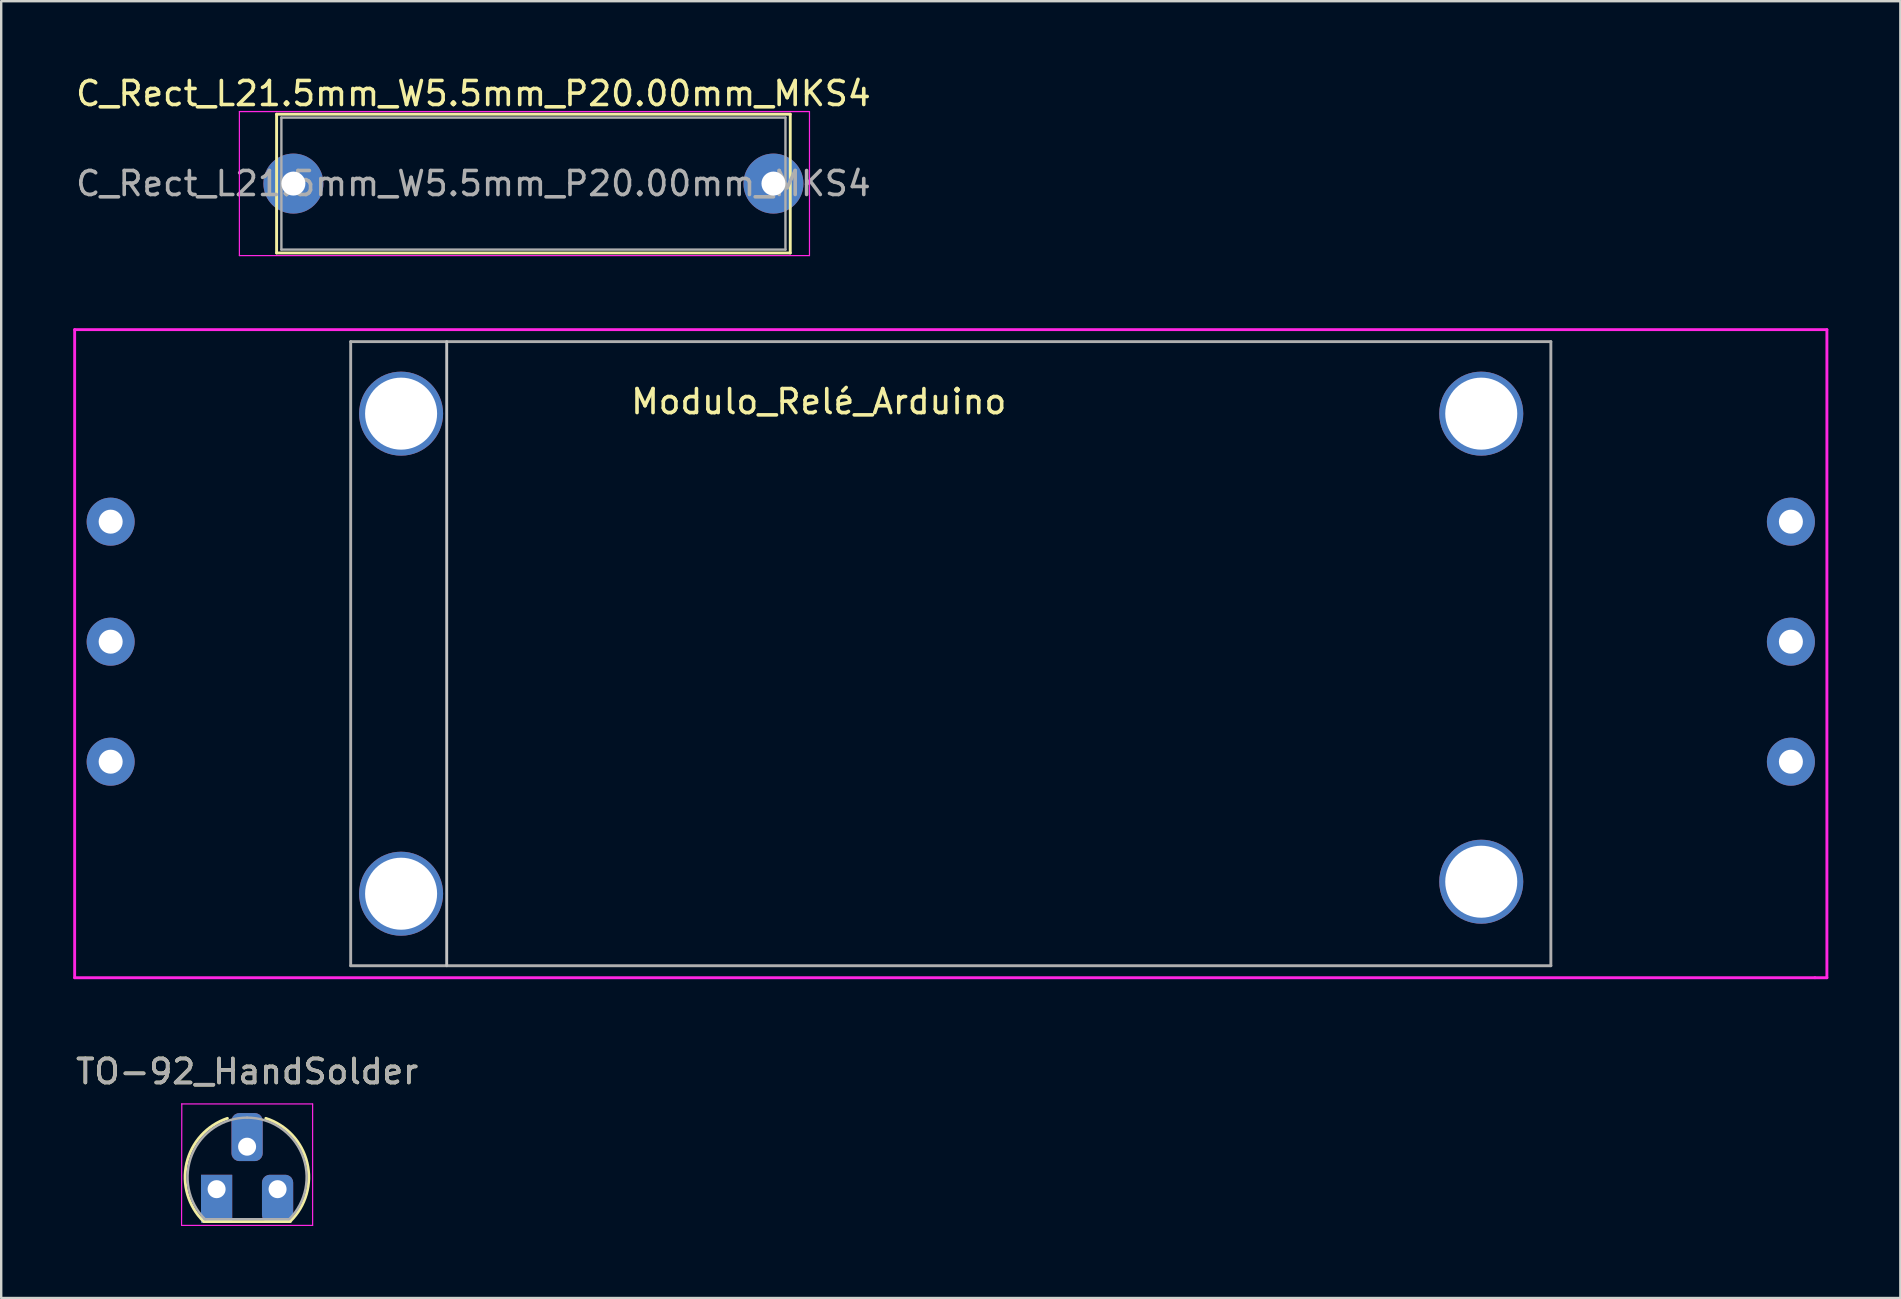
<source format=kicad_pcb>
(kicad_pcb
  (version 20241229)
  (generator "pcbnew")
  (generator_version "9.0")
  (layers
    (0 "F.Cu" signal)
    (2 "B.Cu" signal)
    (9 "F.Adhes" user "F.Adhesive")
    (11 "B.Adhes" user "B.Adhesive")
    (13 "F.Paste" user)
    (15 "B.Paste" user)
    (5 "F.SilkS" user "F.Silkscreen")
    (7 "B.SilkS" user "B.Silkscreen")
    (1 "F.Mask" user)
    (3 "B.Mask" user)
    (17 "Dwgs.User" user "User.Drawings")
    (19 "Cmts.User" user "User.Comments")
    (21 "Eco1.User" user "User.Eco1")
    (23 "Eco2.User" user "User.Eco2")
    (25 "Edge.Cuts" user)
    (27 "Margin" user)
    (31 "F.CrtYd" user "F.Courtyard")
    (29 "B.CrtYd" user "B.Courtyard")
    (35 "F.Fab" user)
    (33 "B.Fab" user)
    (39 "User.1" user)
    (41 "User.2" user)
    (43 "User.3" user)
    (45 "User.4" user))
  (footprint "Modulo_Relé_Arduino"
    (layer "F.Cu")
    (at 58.66 14.183)
    (property "Reference" "Modulo_Relé_Arduino" (at -27.6 -0.5 0) (layer "F.SilkS") (effects (font (size 1 1) (thickness 0.15))))
    (attr through_hole)
    (fp_line (start -43.1 -3) (end -43.1 23) (stroke (width 0.12) (type solid)) (layer "Dwgs.User"))
    (fp_line (start -58.6 -3.5) (end -58.6 23.5) (stroke (width 0.12) (type solid)) (layer "F.CrtYd"))
    (fp_line (start -58.6 23.5) (end 13.9 23.5) (stroke (width 0.12) (type solid)) (layer "F.CrtYd"))
    (fp_line (start 13.9 23.5) (end 14.4 23.5) (stroke (width 0.12) (type solid)) (layer "F.CrtYd"))
    (fp_line (start 14.4 -3.5) (end -58.6 -3.5) (stroke (width 0.12) (type solid)) (layer "F.CrtYd"))
    (fp_line (start 14.4 23.5) (end 14.4 -3.5) (stroke (width 0.12) (type solid)) (layer "F.CrtYd"))
    (fp_line (start -47.1 -3) (end -47.1 23) (stroke (width 0.12) (type solid)) (layer "F.Fab"))
    (fp_line (start -47.1 23) (end 2.9 23) (stroke (width 0.12) (type solid)) (layer "F.Fab"))
    (fp_line (start 2.9 -3) (end -47.1 -3) (stroke (width 0.12) (type solid)) (layer "F.Fab"))
    (fp_line (start 2.9 23) (end 2.9 -3) (stroke (width 0.12) (type solid)) (layer "F.Fab"))
    (pad "" np_thru_hole circle (at -45 0) (size 3.5 3.5) (drill 3) (layers "*.Cu" "*.Mask"))
    (pad "" np_thru_hole circle (at -45 20) (size 3.5 3.5) (drill 3) (layers "*.Cu" "*.Mask"))
    (pad "" np_thru_hole circle (at 0 0) (size 3.5 3.5) (drill 3) (layers "*.Cu" "*.Mask"))
    (pad "" np_thru_hole circle (at 0 19.5) (size 3.5 3.5) (drill 3) (layers "*.Cu" "*.Mask"))
    (pad "1" thru_hole circle (at 12.9 4.5) (size 2 2) (drill 1) (layers "*.Cu" "*.Mask"))
    (pad "2" thru_hole circle (at 12.9 9.5) (size 2 2) (drill 1) (layers "*.Cu" "*.Mask"))
    (pad "3" thru_hole circle (at 12.9 14.5) (size 2 2) (drill 1) (layers "*.Cu" "*.Mask"))
    (pad "4" thru_hole circle (at -57.1 14.5) (size 2 2) (drill 1) (layers "*.Cu" "*.Mask"))
    (pad "5" thru_hole circle (at -57.1 9.5) (size 2 2) (drill 1) (layers "*.Cu" "*.Mask"))
    (pad "6" thru_hole circle (at -57.1 4.5) (size 2 2) (drill 1) (layers "*.Cu" "*.Mask")))
  (footprint "TO-92_HandSolder"
    (layer "F.Cu")
    (at 5.974 45.992)
    (property "Reference" "TO-92_HandSolder" (at 1.27 -4.4 0) (layer "F.SilkS") (effects (font (size 1 1) (thickness 0.15))))
    (attr through_hole)
    (fp_line (start -0.53 1.85) (end 3.07 1.85) (stroke (width 0.12) (type solid)) (layer "F.SilkS"))
    (fp_arc (start -0.541875 1.841741) (mid -1.247231 -0.581764) (end 0.45 -2.45) (stroke (width 0.12) (type solid)) (layer "F.SilkS"))
    (fp_arc (start 2.05 -2.45) (mid 3.769931 -0.601036) (end 3.078445 1.827684) (stroke (width 0.12) (type solid)) (layer "F.SilkS"))
    (fp_line (start -1.46 -3.05) (end 4 -3.05) (stroke (width 0.05) (type solid)) (layer "F.CrtYd"))
    (fp_line (start -1.45 -3.05) (end -1.46 2.01) (stroke (width 0.05) (type solid)) (layer "F.CrtYd"))
    (fp_line (start 4 2.01) (end -1.46 2.01) (stroke (width 0.05) (type solid)) (layer "F.CrtYd"))
    (fp_line (start 4 2.01) (end 4 -3.05) (stroke (width 0.05) (type solid)) (layer "F.CrtYd"))
    (fp_line (start -0.5 1.75) (end 3 1.75) (stroke (width 0.1) (type solid)) (layer "F.Fab"))
    (fp_arc (start -0.483625 1.753625) (mid -1.021221 -0.949055) (end 1.27 -2.48) (stroke (width 0.1) (type solid)) (layer "F.Fab"))
    (fp_arc (start 1.27 -2.48) (mid 3.561221 -0.949055) (end 3.023625 1.753625) (stroke (width 0.1) (type solid)) (layer "F.Fab"))
    (fp_text user "${REFERENCE}" (at 1.27 -4.4 0) (layer "F.Fab") (effects (font (size 1 1) (thickness 0.15))))
    (pad "1" thru_hole rect (at 0 0.5) (size 1.3 2) (drill 0.75 (offset 0 0.4)) (layers "*.Cu" "*.Mask"))
    (pad "2" thru_hole roundrect (at 1.27 -1.27) (size 1.3 2) (drill 0.75 (offset 0 -0.4)) (layers "*.Cu" "*.Mask") (roundrect_rratio 0.25))
    (pad "3" thru_hole roundrect (at 2.54 0.5) (size 1.3 2) (drill 0.75 (offset 0 0.4)) (layers "*.Cu" "*.Mask") (roundrect_rratio 0.25)))
  (footprint "C_Rect_L21.5mm_W5.5mm_P20.00mm_MKS4"
    (layer "F.Cu")
    (at 9.173 4.598)
    (property "Reference" "C_Rect_L21.5mm_W5.5mm_P20.00mm_MKS4" (at 7.5 -3.75 0) (layer "F.SilkS") (effects (font (size 1 1) (thickness 0.15))))
    (attr through_hole)
    (fp_line (start -0.7 -2.89) (end -0.7 2.89) (stroke (width 0.12) (type solid)) (layer "F.SilkS"))
    (fp_line (start -0.7 -2.89) (end 20.7 -2.89) (stroke (width 0.12) (type solid)) (layer "F.SilkS"))
    (fp_line (start -0.7 2.89) (end 20.7 2.89) (stroke (width 0.12) (type solid)) (layer "F.SilkS"))
    (fp_line (start 20.7 -2.89) (end 20.7 2.89) (stroke (width 0.12) (type solid)) (layer "F.SilkS"))
    (fp_line (start -2.25 -3) (end -2.25 3) (stroke (width 0.05) (type solid)) (layer "F.CrtYd"))
    (fp_line (start -2.25 3) (end 21.5 3) (stroke (width 0.05) (type solid)) (layer "F.CrtYd"))
    (fp_line (start 21.5 -3) (end -2.25 -3) (stroke (width 0.05) (type solid)) (layer "F.CrtYd"))
    (fp_line (start 21.5 3) (end 21.5 -3) (stroke (width 0.05) (type solid)) (layer "F.CrtYd"))
    (fp_line (start -0.5 -2.75) (end -0.5 2.75) (stroke (width 0.1) (type solid)) (layer "F.Fab"))
    (fp_line (start -0.5 2.75) (end 20.5 2.75) (stroke (width 0.1) (type solid)) (layer "F.Fab"))
    (fp_line (start 20.5 -2.75) (end -0.5 -2.75) (stroke (width 0.1) (type solid)) (layer "F.Fab"))
    (fp_line (start 20.5 2.75) (end 20.5 -2.75) (stroke (width 0.1) (type solid)) (layer "F.Fab"))
    (fp_text user "${REFERENCE}" (at 7.5 0 0) (layer "F.Fab") (effects (font (size 1 1) (thickness 0.15))))
    (pad "1" thru_hole circle (at 0 0) (size 2.5 2.5) (drill 1) (layers "*.Cu" "*.Mask"))
    (pad "2" thru_hole circle (at 20 0) (size 2.5 2.5) (drill 1) (layers "*.Cu" "*.Mask")))
  (gr_rect
    (start -3 -3)
    (end 76.12 51.026)
    (stroke (width 0.1) (type default))
    (fill no)
    (layer "Edge.Cuts")))
</source>
